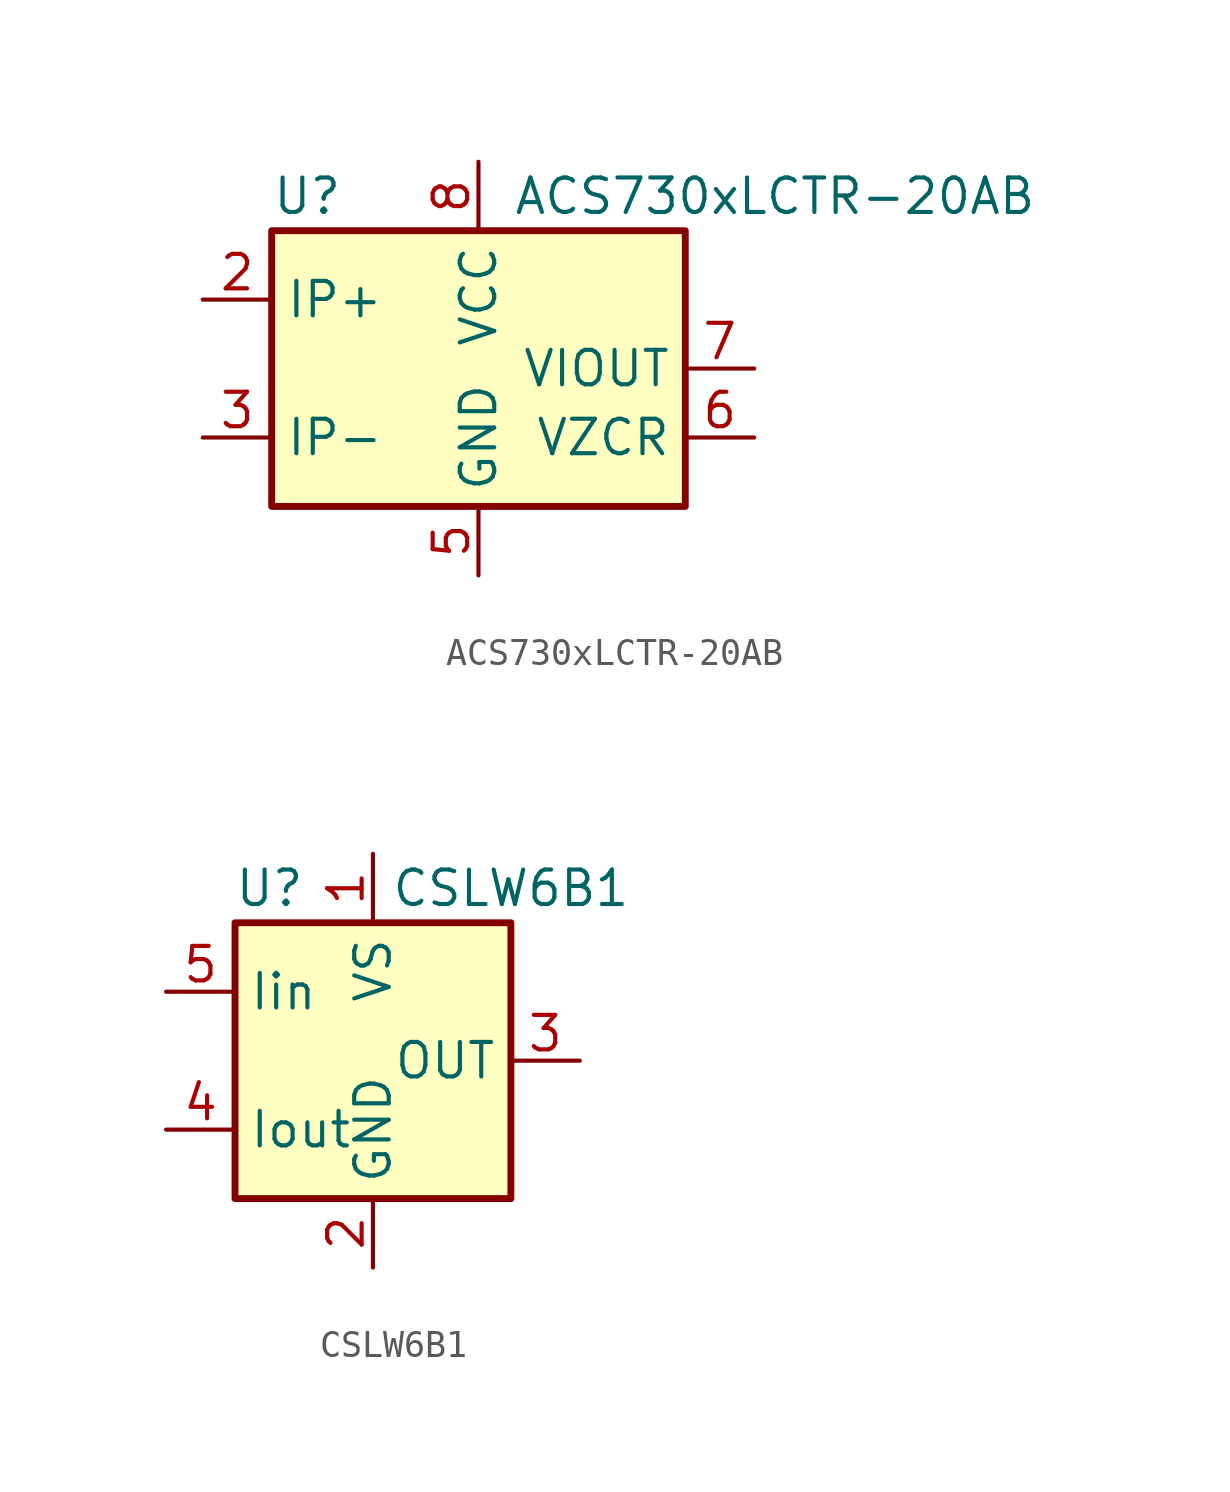
<source format=kicad_sym>
(kicad_symbol_lib
  (version 20201005)
  (generator kicad_symbol_editor)
  (symbol "ACS730xLCTR-20AB"
    (property "Reference" "U"
      (at -7.62 6.35 0)
      (effects (font (size 1.27 1.27)) (justify left)))
    (property "Value" "ACS730xLCTR-20AB"
      (at 1.27 6.35 0)
      (effects (font (size 1.27 1.27)) (justify left)))
    (symbol "ACS730xLCTR-20AB_0_1"
      (rectangle (start -7.62 5.08) (end 7.62 -5.08) (stroke (width 0.254)) (fill (type background))))
    (symbol "ACS730xLCTR-20AB_1_1"
      (pin passive line (at -10.16 2.54 0) (length 2.54) hide (name "IP+" (effects (font (size 1.27 1.27)))) (number "1" (effects (font (size 1.27 1.27)))))
      (pin passive line (at -10.16 2.54 0) (length 2.54) (name "IP+" (effects (font (size 1.27 1.27)))) (number "2" (effects (font (size 1.27 1.27)))))
      (pin passive line (at -10.16 -2.54 0) (length 2.54) (name "IP-" (effects (font (size 1.27 1.27)))) (number "3" (effects (font (size 1.27 1.27)))))
      (pin passive line (at -10.16 -2.54 0) (length 2.54) hide (name "IP-" (effects (font (size 1.27 1.27)))) (number "4" (effects (font (size 1.27 1.27)))))
      (pin power_in line (at 0 -7.62 90) (length 2.54) (name "GND" (effects (font (size 1.27 1.27)))) (number "5" (effects (font (size 1.27 1.27)))))
      (pin passive line (at 10.16 -2.54 180) (length 2.54) (name "VZCR" (effects (font (size 1.27 1.27)))) (number "6" (effects (font (size 1.27 1.27)))))
      (pin output line (at 10.16 0 180) (length 2.54) (name "VIOUT" (effects (font (size 1.27 1.27)))) (number "7" (effects (font (size 1.27 1.27)))))
      (pin power_in line (at 0 7.62 270) (length 2.54) (name "VCC" (effects (font (size 1.27 1.27)))) (number "8" (effects (font (size 1.27 1.27)))))))
  (symbol "CSLW6B1"
    (property "Reference" "U"
      (at -3.81 6.35 0)
      (effects (font (size 1.27 1.27))))
    (property "Value" "CSLW6B1"
      (at 5.08 6.35 0)
      (effects (font (size 1.27 1.27))))
    (symbol "CSLW6B1_0_1"
      (rectangle (start -5.08 5.08) (end 5.08 -5.08) (stroke (width 0.254)) (fill (type background))))
    (symbol "CSLW6B1_1_1"
      (pin power_in line (at 0 7.62 270) (length 2.54) (name "VS" (effects (font (size 1.27 1.27)))) (number "1" (effects (font (size 1.27 1.27)))))
      (pin power_in line (at 0 -7.62 90) (length 2.54) (name "GND" (effects (font (size 1.27 1.27)))) (number "2" (effects (font (size 1.27 1.27)))))
      (pin output line (at 7.62 0 180) (length 2.54) (name "OUT" (effects (font (size 1.27 1.27)))) (number "3" (effects (font (size 1.27 1.27)))))
      (pin passive line (at -7.62 -2.54 0) (length 2.54) (name "Iout" (effects (font (size 1.27 1.27)))) (number "4" (effects (font (size 1.27 1.27)))))
      (pin passive line (at -7.62 2.54 0) (length 2.54) (name "Iin" (effects (font (size 1.27 1.27)))) (number "5" (effects (font (size 1.27 1.27))))))))
</source>
